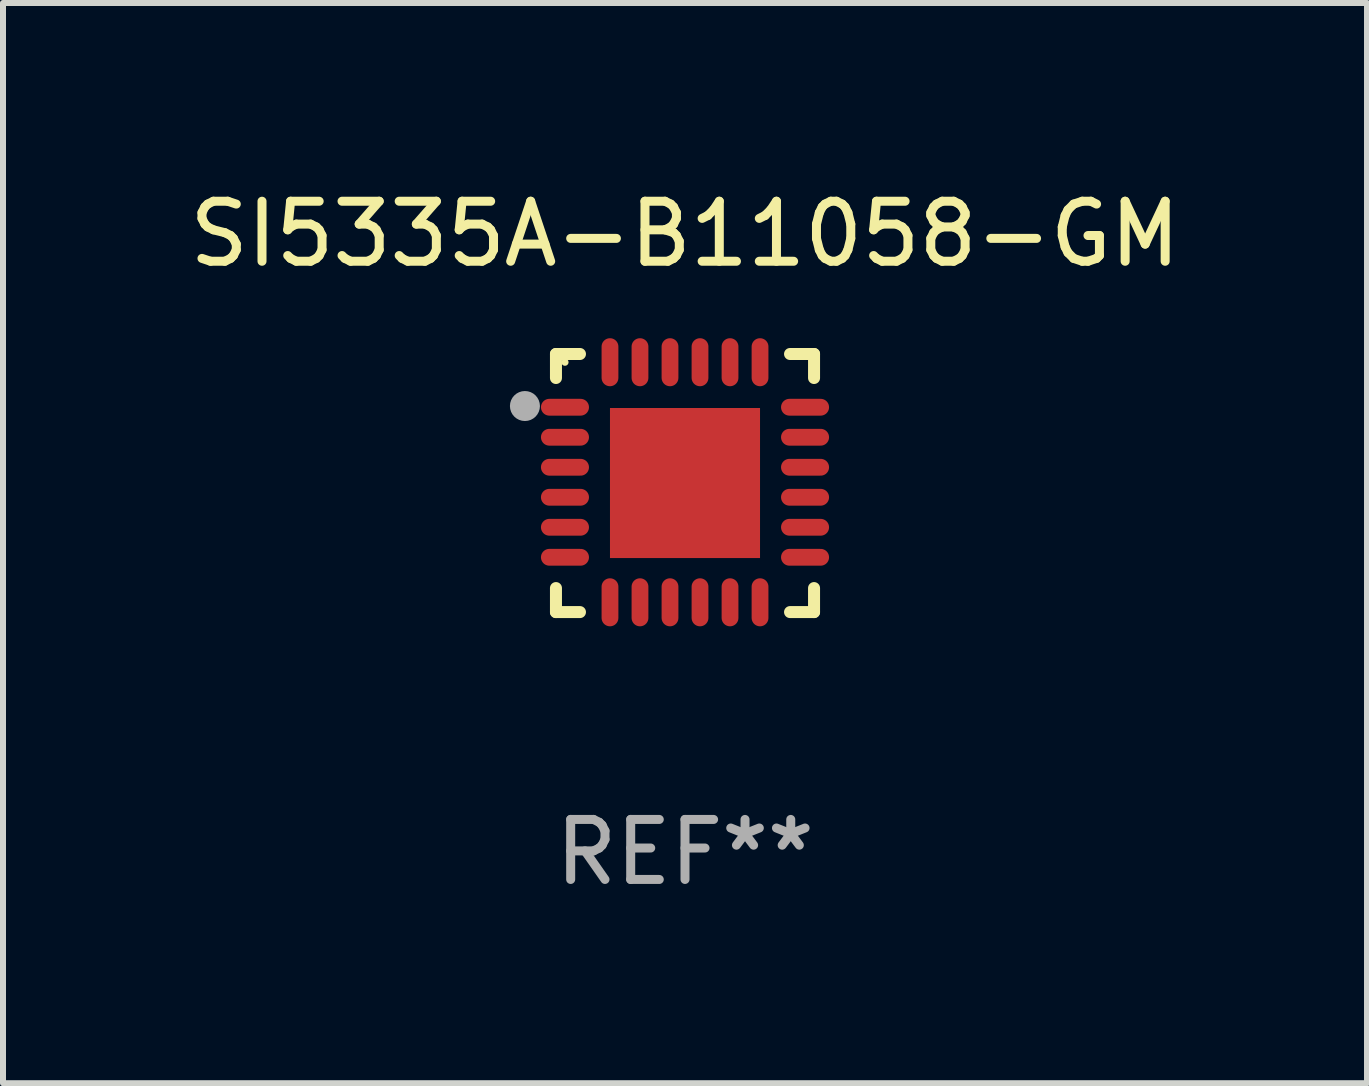
<source format=kicad_pcb>
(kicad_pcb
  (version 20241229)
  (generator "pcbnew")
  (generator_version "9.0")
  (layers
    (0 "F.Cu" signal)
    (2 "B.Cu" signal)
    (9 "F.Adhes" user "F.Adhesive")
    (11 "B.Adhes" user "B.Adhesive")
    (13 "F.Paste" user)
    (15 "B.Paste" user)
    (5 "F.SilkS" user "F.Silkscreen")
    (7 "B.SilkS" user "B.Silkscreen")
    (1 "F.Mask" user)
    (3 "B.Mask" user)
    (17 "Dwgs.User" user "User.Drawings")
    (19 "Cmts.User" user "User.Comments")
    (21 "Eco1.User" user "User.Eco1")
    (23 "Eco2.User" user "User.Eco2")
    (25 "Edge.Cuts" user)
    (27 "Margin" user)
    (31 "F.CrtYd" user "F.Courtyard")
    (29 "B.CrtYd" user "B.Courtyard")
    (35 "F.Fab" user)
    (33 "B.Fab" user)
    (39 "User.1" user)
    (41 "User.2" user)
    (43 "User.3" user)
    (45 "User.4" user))
  (footprint "SI5335A-B11058-GM"
    (layer "F.Cu")
    (at 8.363 4.998)
    (property "Reference" "SI5335A-B11058-GM" (at 0 -4.15 0) (layer "F.SilkS") (effects (font (size 1 1) (thickness 0.15))))
    (attr through_hole)
    (fp_line (start -2.15 -2.15) (end -1.75 -2.15) (stroke (width 0.2) (type solid)) (layer "F.SilkS"))
    (fp_line (start -2.15 -1.75) (end -2.15 -2.15) (stroke (width 0.2) (type solid)) (layer "F.SilkS"))
    (fp_line (start -2.15 2.15) (end -2.15 1.75) (stroke (width 0.2) (type solid)) (layer "F.SilkS"))
    (fp_line (start -1.75 2.15) (end -2.15 2.15) (stroke (width 0.2) (type solid)) (layer "F.SilkS"))
    (fp_line (start 1.75 -2.15) (end 2.15 -2.15) (stroke (width 0.2) (type solid)) (layer "F.SilkS"))
    (fp_line (start 1.75 2.15) (end 2.15 2.15) (stroke (width 0.2) (type solid)) (layer "F.SilkS"))
    (fp_line (start 2.15 -2.15) (end 2.15 -1.75) (stroke (width 0.2) (type solid)) (layer "F.SilkS"))
    (fp_line (start 2.15 2.15) (end 2.15 1.75) (stroke (width 0.2) (type solid)) (layer "F.SilkS"))
    (fp_circle (center -2 -2.013) (end -1.97 -2.013) (stroke (width 0.06) (type solid)) (fill no) (layer "F.SilkS"))
    (fp_circle (center -2.667 -1.283) (end -2.542 -1.283) (stroke (width 0.25) (type solid)) (fill no) (layer "F.Fab"))
    (fp_text user "REF**" (at 0 6.15 0) (layer "F.Fab") (effects (font (size 1 1) (thickness 0.15))))
    (pad "1" smd oval (at -2 -1.263) (size 0.8 0.28) (layers "F.Cu" "F.Mask" "F.Paste"))
    (pad "2" smd oval (at -2 -0.763) (size 0.8 0.28) (layers "F.Cu" "F.Mask" "F.Paste"))
    (pad "3" smd oval (at -2 -0.263) (size 0.8 0.28) (layers "F.Cu" "F.Mask" "F.Paste"))
    (pad "4" smd oval (at -2 0.237) (size 0.8 0.28) (layers "F.Cu" "F.Mask" "F.Paste"))
    (pad "5" smd oval (at -2 0.737) (size 0.8 0.28) (layers "F.Cu" "F.Mask" "F.Paste"))
    (pad "6" smd oval (at -2 1.237) (size 0.8 0.28) (layers "F.Cu" "F.Mask" "F.Paste"))
    (pad "7" smd oval (at -1.25 1.987) (size 0.28 0.8) (layers "F.Cu" "F.Mask" "F.Paste"))
    (pad "8" smd oval (at -0.75 1.987) (size 0.28 0.8) (layers "F.Cu" "F.Mask" "F.Paste"))
    (pad "9" smd oval (at -0.25 1.987) (size 0.28 0.8) (layers "F.Cu" "F.Mask" "F.Paste"))
    (pad "10" smd oval (at 0.25 1.987) (size 0.28 0.8) (layers "F.Cu" "F.Mask" "F.Paste"))
    (pad "11" smd oval (at 0.75 1.987) (size 0.28 0.8) (layers "F.Cu" "F.Mask" "F.Paste"))
    (pad "12" smd oval (at 1.25 1.987) (size 0.28 0.8) (layers "F.Cu" "F.Mask" "F.Paste"))
    (pad "13" smd oval (at 2 1.237) (size 0.8 0.28) (layers "F.Cu" "F.Mask" "F.Paste"))
    (pad "14" smd oval (at 2 0.737) (size 0.8 0.28) (layers "F.Cu" "F.Mask" "F.Paste"))
    (pad "15" smd oval (at 2 0.237) (size 0.8 0.28) (layers "F.Cu" "F.Mask" "F.Paste"))
    (pad "16" smd oval (at 2 -0.263) (size 0.8 0.28) (layers "F.Cu" "F.Mask" "F.Paste"))
    (pad "17" smd oval (at 2 -0.763) (size 0.8 0.28) (layers "F.Cu" "F.Mask" "F.Paste"))
    (pad "18" smd oval (at 2 -1.263) (size 0.8 0.28) (layers "F.Cu" "F.Mask" "F.Paste"))
    (pad "19" smd oval (at 1.25 -2.013) (size 0.28 0.8) (layers "F.Cu" "F.Mask" "F.Paste"))
    (pad "20" smd oval (at 0.75 -2.013) (size 0.28 0.8) (layers "F.Cu" "F.Mask" "F.Paste"))
    (pad "21" smd oval (at 0.25 -2.013) (size 0.28 0.8) (layers "F.Cu" "F.Mask" "F.Paste"))
    (pad "22" smd oval (at -0.25 -2.013) (size 0.28 0.8) (layers "F.Cu" "F.Mask" "F.Paste"))
    (pad "23" smd oval (at -0.75 -2.013) (size 0.28 0.8) (layers "F.Cu" "F.Mask" "F.Paste"))
    (pad "24" smd oval (at -1.25 -2.013) (size 0.28 0.8) (layers "F.Cu" "F.Mask" "F.Paste"))
    (pad "25" smd rect (at -0.000127 -0.00014) (size 2.5 2.5) (layers "F.Cu" "F.Mask" "F.Paste")))
  (gr_rect
    (start -3 -3)
    (end 19.726 14.997)
    (stroke (width 0.1) (type default))
    (fill no)
    (layer "Edge.Cuts")))
</source>
